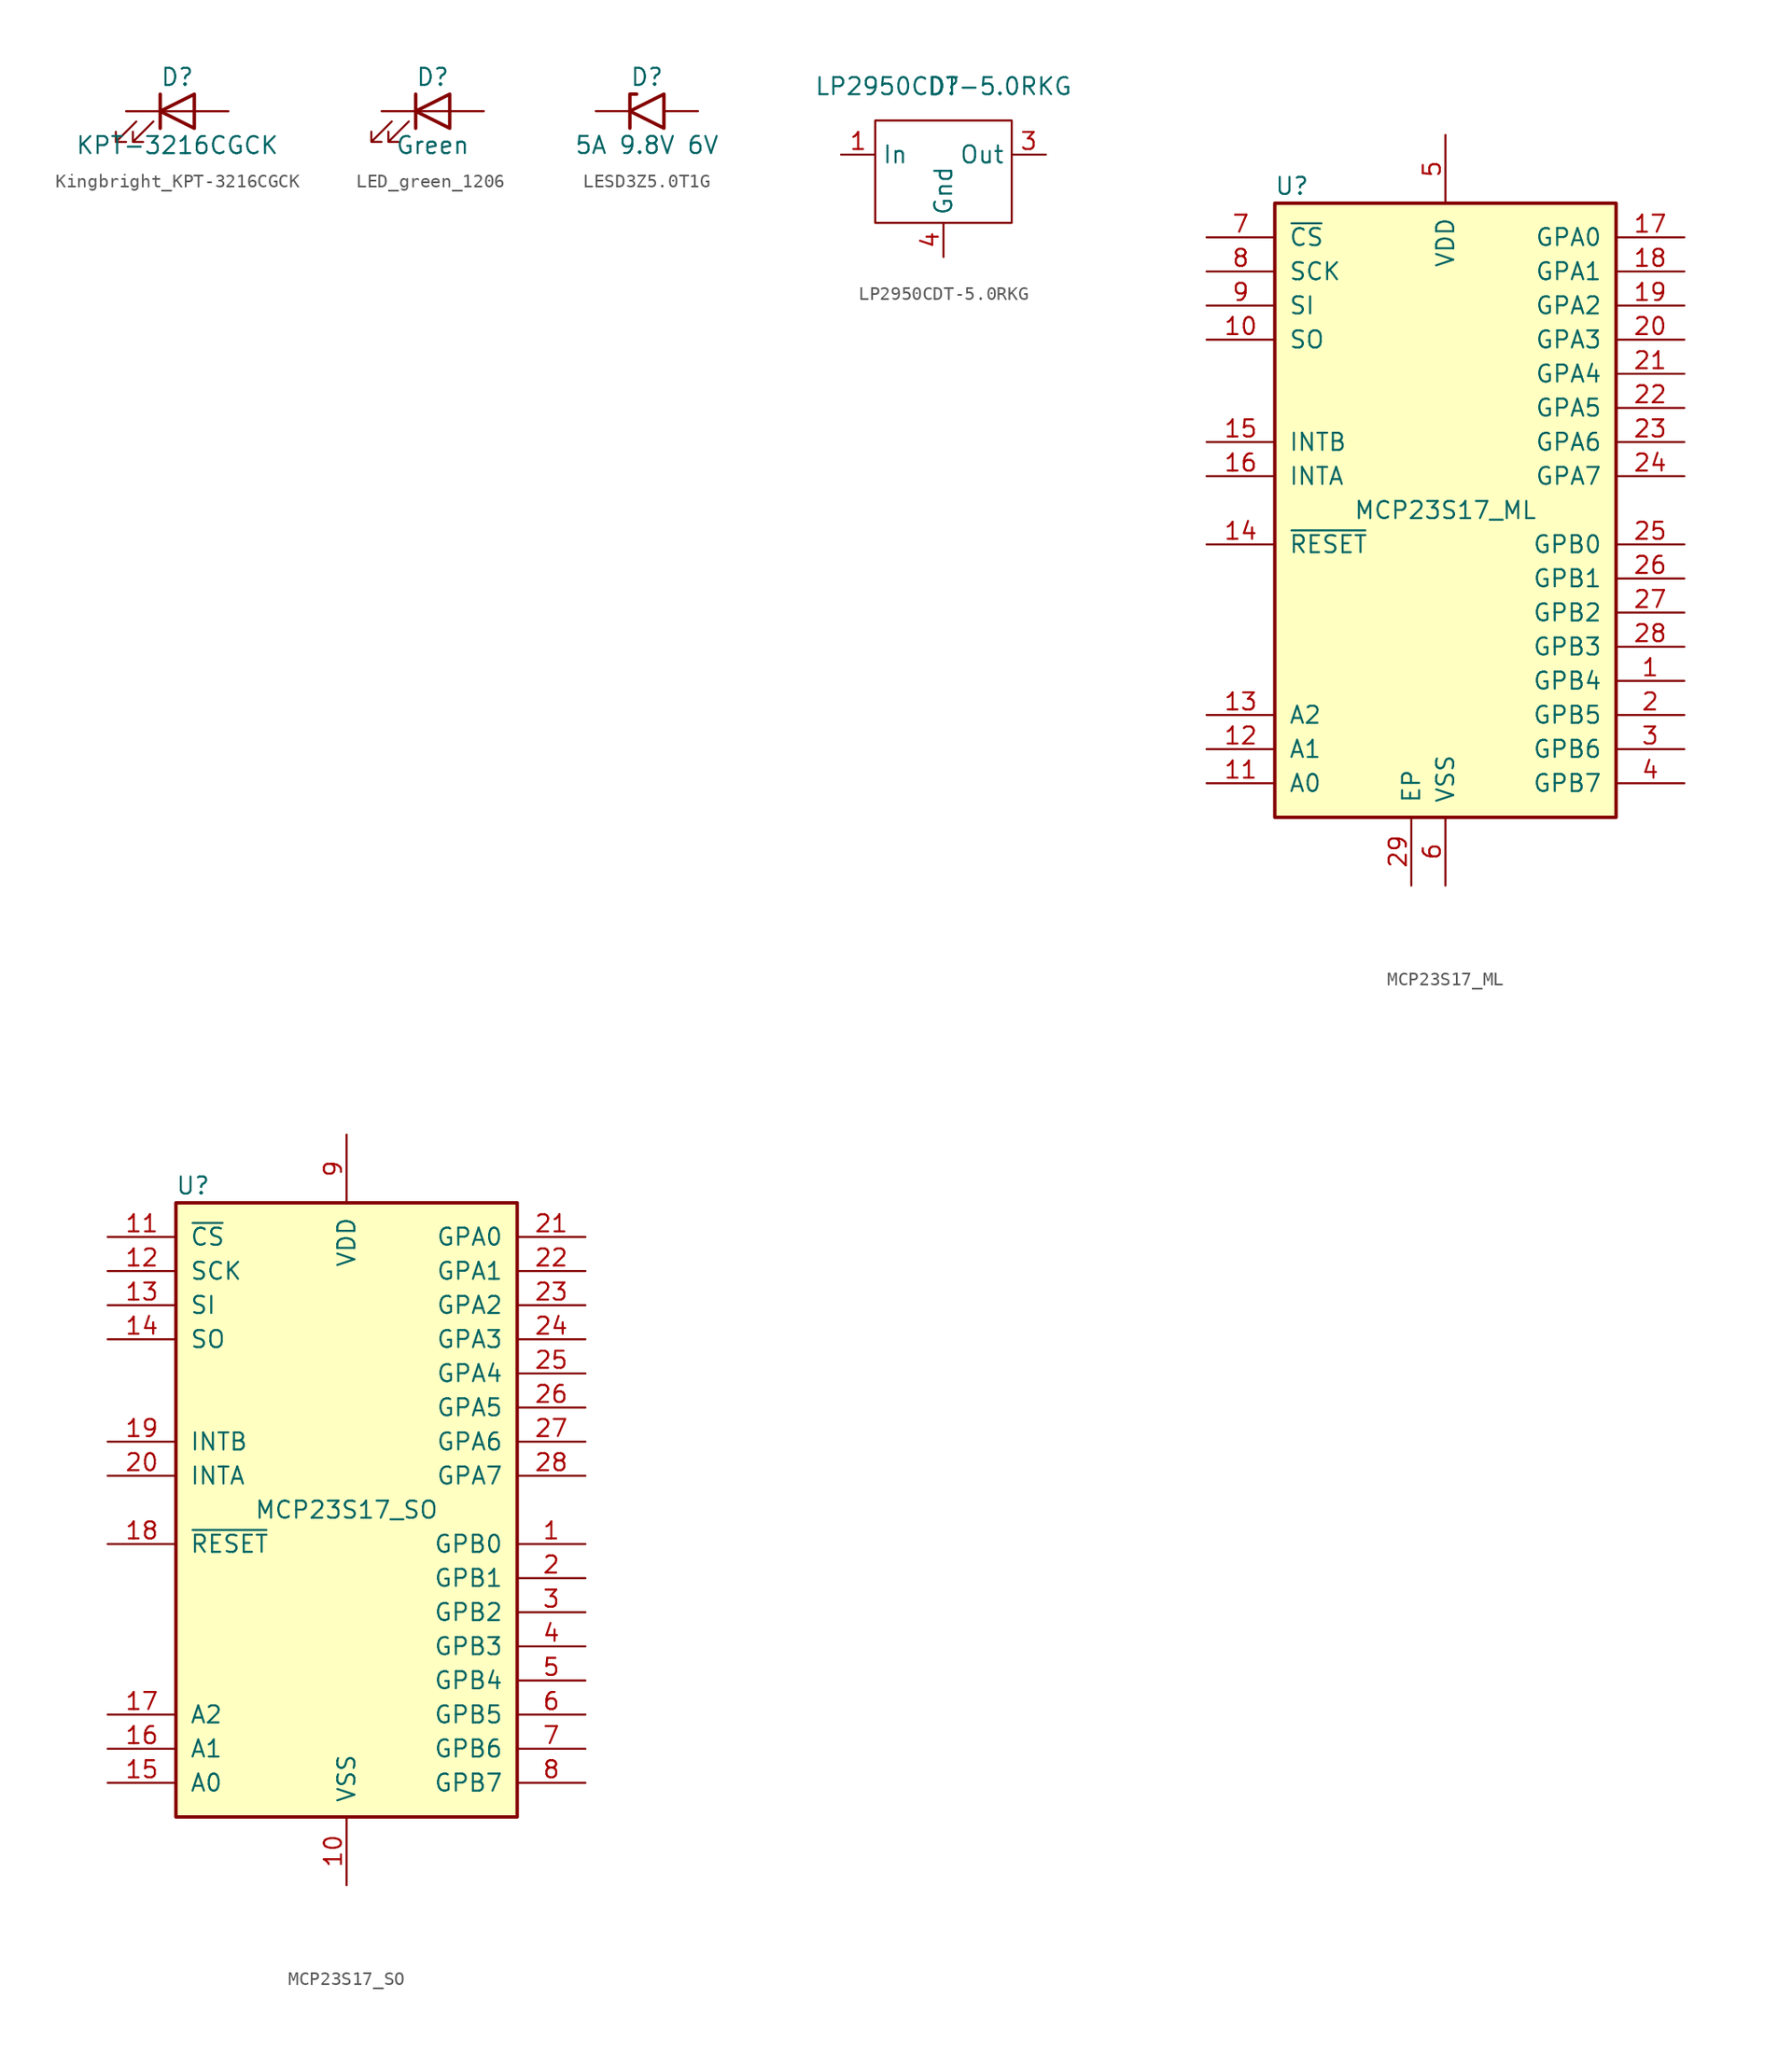
<source format=kicad_sym>
(kicad_symbol_lib
  (version 20231120)
  (generator "kicad_symbol_editor")
  (generator_version "8.0")
  (symbol "Kingbright_KPT-3216CGCK"
    (pin_numbers hide)
    (pin_names
      (offset 1.016) hide)
    (property "Reference" "D"
      (at 0 2.54 0)
      (effects (font (size 1.27 1.27))))
    (property "Value" "KPT-3216CGCK"
      (at 0 -2.54 0)
      (effects (font (size 1.27 1.27))))
    (symbol "Kingbright_KPT-3216CGCK_0_1"
      (polyline (pts (xy -1.27 -1.27) (xy -1.27 1.27)) (stroke (width 0.254) (type default)) (fill (type none)))
      (polyline (pts (xy -1.27 0) (xy 1.27 0)) (stroke (width 0) (type default)) (fill (type none)))
      (polyline (pts (xy 1.27 -1.27) (xy 1.27 1.27) (xy -1.27 0) (xy 1.27 -1.27)) (stroke (width 0.254) (type default)) (fill (type none)))
      (polyline (pts (xy -3.048 -0.762) (xy -4.572 -2.286) (xy -3.81 -2.286) (xy -4.572 -2.286) (xy -4.572 -1.524)) (stroke (width 0) (type default)) (fill (type none)))
      (polyline (pts (xy -1.778 -0.762) (xy -3.302 -2.286) (xy -2.54 -2.286) (xy -3.302 -2.286) (xy -3.302 -1.524)) (stroke (width 0) (type default)) (fill (type none))))
    (symbol "Kingbright_KPT-3216CGCK_1_1"
      (pin passive line (at -3.81 0 0) (length 2.54) (name "K" (effects (font (size 1.27 1.27)))) (number "1" (effects (font (size 1.27 1.27)))))
      (pin passive line (at 3.81 0 180) (length 2.54) (name "A" (effects (font (size 1.27 1.27)))) (number "2" (effects (font (size 1.27 1.27)))))))
  (symbol "LED_green_1206"
    (pin_numbers hide)
    (pin_names
      (offset 1.016) hide)
    (property "Reference" "D"
      (at 0 2.54 0)
      (effects (font (size 1.27 1.27))))
    (property "Value" "Green"
      (at 0 -2.54 0)
      (effects (font (size 1.27 1.27))))
    (symbol "LED_green_1206_0_1"
      (polyline (pts (xy -1.27 -1.27) (xy -1.27 1.27)) (stroke (width 0.254) (type default)) (fill (type none)))
      (polyline (pts (xy -1.27 0) (xy 1.27 0)) (stroke (width 0) (type default)) (fill (type none)))
      (polyline (pts (xy 1.27 -1.27) (xy 1.27 1.27) (xy -1.27 0) (xy 1.27 -1.27)) (stroke (width 0.254) (type default)) (fill (type none)))
      (polyline (pts (xy -3.048 -0.762) (xy -4.572 -2.286) (xy -3.81 -2.286) (xy -4.572 -2.286) (xy -4.572 -1.524)) (stroke (width 0) (type default)) (fill (type none)))
      (polyline (pts (xy -1.778 -0.762) (xy -3.302 -2.286) (xy -2.54 -2.286) (xy -3.302 -2.286) (xy -3.302 -1.524)) (stroke (width 0) (type default)) (fill (type none))))
    (symbol "LED_green_1206_1_1"
      (pin passive line (at -3.81 0 0) (length 2.54) (name "K" (effects (font (size 1.27 1.27)))) (number "1" (effects (font (size 1.27 1.27)))))
      (pin passive line (at 3.81 0 180) (length 2.54) (name "A" (effects (font (size 1.27 1.27)))) (number "2" (effects (font (size 1.27 1.27)))))))
  (symbol "LESD3Z5.0T1G"
    (pin_numbers hide)
    (pin_names
      (offset 1.016) hide)
    (property "Reference" "D"
      (at 0 2.54 0)
      (effects (font (size 1.27 1.27))))
    (property "Value" "5A 9.8V 6V"
      (at 0 -2.54 0)
      (effects (font (size 1.27 1.27))))
    (symbol "LESD3Z5.0T1G_0_1"
      (polyline (pts (xy -0.762 1.27) (xy -1.27 1.27) (xy -1.27 -1.27)) (stroke (width 0.254) (type default)) (fill (type none)))
      (polyline (pts (xy 1.27 1.27) (xy 1.27 -1.27) (xy -1.27 0) (xy 1.27 1.27)) (stroke (width 0.254) (type default)) (fill (type none))))
    (symbol "LESD3Z5.0T1G_1_1"
      (pin passive line (at -3.81 0 0) (length 2.54) (name "A1" (effects (font (size 1.27 1.27)))) (number "1" (effects (font (size 1.27 1.27)))))
      (pin passive line (at 3.81 0 180) (length 2.54) (name "A2" (effects (font (size 1.27 1.27)))) (number "2" (effects (font (size 1.27 1.27)))))))
  (symbol "LP2950CDT-5.0RKG"
    (property "Reference" "D"
      (at 0 0 0)
      (effects (font (size 1.27 1.27))))
    (property "Value" "LP2950CDT-5.0RKG"
      (at 0 0 0)
      (effects (font (size 1.27 1.27))))
    (symbol "LP2950CDT-5.0RKG_0_1"
      (rectangle (start -5.08 -2.54) (end 5.08 -10.16) (stroke (width 0) (type default)) (fill (type none))))
    (symbol "LP2950CDT-5.0RKG_1_1"
      (pin input line (at -7.62 -5.08 0) (length 2.54) (name "In" (effects (font (size 1.27 1.27)))) (number "1" (effects (font (size 1.27 1.27)))))
      (pin input line (at 7.62 -5.08 180) (length 2.54) (name "Out" (effects (font (size 1.27 1.27)))) (number "3" (effects (font (size 1.27 1.27)))))
      (pin input line (at 0 -12.7 90) (length 2.54) (name "Gnd" (effects (font (size 1.27 1.27)))) (number "4" (effects (font (size 1.27 1.27)))))))
  (symbol "MCP23S17_ML"
    (pin_names
      (offset 1.016))
    (property "Reference" "U"
      (at -11.43 24.13 0)
      (effects (font (size 1.27 1.27))))
    (property "Value" "MCP23S17_ML"
      (at 0 0 0)
      (effects (font (size 1.27 1.27))))
    (symbol "MCP23S17_ML_0_1"
      (rectangle (start -12.7 22.86) (end 12.7 -22.86) (stroke (width 0.254) (type default)) (fill (type background))))
    (symbol "MCP23S17_ML_1_1"
      (pin bidirectional line (at 17.78 -12.7 180) (length 5.08) (name "GPB4" (effects (font (size 1.27 1.27)))) (number "1" (effects (font (size 1.27 1.27)))))
      (pin output line (at -17.78 12.7 0) (length 5.08) (name "SO" (effects (font (size 1.27 1.27)))) (number "10" (effects (font (size 1.27 1.27)))))
      (pin input line (at -17.78 -20.32 0) (length 5.08) (name "A0" (effects (font (size 1.27 1.27)))) (number "11" (effects (font (size 1.27 1.27)))))
      (pin input line (at -17.78 -17.78 0) (length 5.08) (name "A1" (effects (font (size 1.27 1.27)))) (number "12" (effects (font (size 1.27 1.27)))))
      (pin input line (at -17.78 -15.24 0) (length 5.08) (name "A2" (effects (font (size 1.27 1.27)))) (number "13" (effects (font (size 1.27 1.27)))))
      (pin input line (at -17.78 -2.54 0) (length 5.08) (name "~{RESET}" (effects (font (size 1.27 1.27)))) (number "14" (effects (font (size 1.27 1.27)))))
      (pin tri_state line (at -17.78 5.08 0) (length 5.08) (name "INTB" (effects (font (size 1.27 1.27)))) (number "15" (effects (font (size 1.27 1.27)))))
      (pin tri_state line (at -17.78 2.54 0) (length 5.08) (name "INTA" (effects (font (size 1.27 1.27)))) (number "16" (effects (font (size 1.27 1.27)))))
      (pin bidirectional line (at 17.78 20.32 180) (length 5.08) (name "GPA0" (effects (font (size 1.27 1.27)))) (number "17" (effects (font (size 1.27 1.27)))))
      (pin bidirectional line (at 17.78 17.78 180) (length 5.08) (name "GPA1" (effects (font (size 1.27 1.27)))) (number "18" (effects (font (size 1.27 1.27)))))
      (pin bidirectional line (at 17.78 15.24 180) (length 5.08) (name "GPA2" (effects (font (size 1.27 1.27)))) (number "19" (effects (font (size 1.27 1.27)))))
      (pin bidirectional line (at 17.78 -15.24 180) (length 5.08) (name "GPB5" (effects (font (size 1.27 1.27)))) (number "2" (effects (font (size 1.27 1.27)))))
      (pin bidirectional line (at 17.78 12.7 180) (length 5.08) (name "GPA3" (effects (font (size 1.27 1.27)))) (number "20" (effects (font (size 1.27 1.27)))))
      (pin bidirectional line (at 17.78 10.16 180) (length 5.08) (name "GPA4" (effects (font (size 1.27 1.27)))) (number "21" (effects (font (size 1.27 1.27)))))
      (pin bidirectional line (at 17.78 7.62 180) (length 5.08) (name "GPA5" (effects (font (size 1.27 1.27)))) (number "22" (effects (font (size 1.27 1.27)))))
      (pin bidirectional line (at 17.78 5.08 180) (length 5.08) (name "GPA6" (effects (font (size 1.27 1.27)))) (number "23" (effects (font (size 1.27 1.27)))))
      (pin bidirectional line (at 17.78 2.54 180) (length 5.08) (name "GPA7" (effects (font (size 1.27 1.27)))) (number "24" (effects (font (size 1.27 1.27)))))
      (pin bidirectional line (at 17.78 -2.54 180) (length 5.08) (name "GPB0" (effects (font (size 1.27 1.27)))) (number "25" (effects (font (size 1.27 1.27)))))
      (pin bidirectional line (at 17.78 -5.08 180) (length 5.08) (name "GPB1" (effects (font (size 1.27 1.27)))) (number "26" (effects (font (size 1.27 1.27)))))
      (pin bidirectional line (at 17.78 -7.62 180) (length 5.08) (name "GPB2" (effects (font (size 1.27 1.27)))) (number "27" (effects (font (size 1.27 1.27)))))
      (pin bidirectional line (at 17.78 -10.16 180) (length 5.08) (name "GPB3" (effects (font (size 1.27 1.27)))) (number "28" (effects (font (size 1.27 1.27)))))
      (pin passive line (at -2.54 -27.94 90) (length 5.08) (name "EP" (effects (font (size 1.27 1.27)))) (number "29" (effects (font (size 1.27 1.27)))))
      (pin bidirectional line (at 17.78 -17.78 180) (length 5.08) (name "GPB6" (effects (font (size 1.27 1.27)))) (number "3" (effects (font (size 1.27 1.27)))))
      (pin bidirectional line (at 17.78 -20.32 180) (length 5.08) (name "GPB7" (effects (font (size 1.27 1.27)))) (number "4" (effects (font (size 1.27 1.27)))))
      (pin power_in line (at 0 27.94 270) (length 5.08) (name "VDD" (effects (font (size 1.27 1.27)))) (number "5" (effects (font (size 1.27 1.27)))))
      (pin power_in line (at 0 -27.94 90) (length 5.08) (name "VSS" (effects (font (size 1.27 1.27)))) (number "6" (effects (font (size 1.27 1.27)))))
      (pin input line (at -17.78 20.32 0) (length 5.08) (name "~{CS}" (effects (font (size 1.27 1.27)))) (number "7" (effects (font (size 1.27 1.27)))))
      (pin input line (at -17.78 17.78 0) (length 5.08) (name "SCK" (effects (font (size 1.27 1.27)))) (number "8" (effects (font (size 1.27 1.27)))))
      (pin input line (at -17.78 15.24 0) (length 5.08) (name "SI" (effects (font (size 1.27 1.27)))) (number "9" (effects (font (size 1.27 1.27)))))))
  (symbol "MCP23S17_SO"
    (pin_names
      (offset 1.016))
    (property "Reference" "U"
      (at -11.43 24.13 0)
      (effects (font (size 1.27 1.27))))
    (property "Value" "MCP23S17_SO"
      (at 0 0 0)
      (effects (font (size 1.27 1.27))))
    (symbol "MCP23S17_SO_0_1"
      (rectangle (start -12.7 22.86) (end 12.7 -22.86) (stroke (width 0.254) (type default)) (fill (type background))))
    (symbol "MCP23S17_SO_1_1"
      (pin bidirectional line (at 17.78 -2.54 180) (length 5.08) (name "GPB0" (effects (font (size 1.27 1.27)))) (number "1" (effects (font (size 1.27 1.27)))))
      (pin power_in line (at 0 -27.94 90) (length 5.08) (name "VSS" (effects (font (size 1.27 1.27)))) (number "10" (effects (font (size 1.27 1.27)))))
      (pin input line (at -17.78 20.32 0) (length 5.08) (name "~{CS}" (effects (font (size 1.27 1.27)))) (number "11" (effects (font (size 1.27 1.27)))))
      (pin input line (at -17.78 17.78 0) (length 5.08) (name "SCK" (effects (font (size 1.27 1.27)))) (number "12" (effects (font (size 1.27 1.27)))))
      (pin input line (at -17.78 15.24 0) (length 5.08) (name "SI" (effects (font (size 1.27 1.27)))) (number "13" (effects (font (size 1.27 1.27)))))
      (pin output line (at -17.78 12.7 0) (length 5.08) (name "SO" (effects (font (size 1.27 1.27)))) (number "14" (effects (font (size 1.27 1.27)))))
      (pin input line (at -17.78 -20.32 0) (length 5.08) (name "A0" (effects (font (size 1.27 1.27)))) (number "15" (effects (font (size 1.27 1.27)))))
      (pin input line (at -17.78 -17.78 0) (length 5.08) (name "A1" (effects (font (size 1.27 1.27)))) (number "16" (effects (font (size 1.27 1.27)))))
      (pin input line (at -17.78 -15.24 0) (length 5.08) (name "A2" (effects (font (size 1.27 1.27)))) (number "17" (effects (font (size 1.27 1.27)))))
      (pin input line (at -17.78 -2.54 0) (length 5.08) (name "~{RESET}" (effects (font (size 1.27 1.27)))) (number "18" (effects (font (size 1.27 1.27)))))
      (pin tri_state line (at -17.78 5.08 0) (length 5.08) (name "INTB" (effects (font (size 1.27 1.27)))) (number "19" (effects (font (size 1.27 1.27)))))
      (pin bidirectional line (at 17.78 -5.08 180) (length 5.08) (name "GPB1" (effects (font (size 1.27 1.27)))) (number "2" (effects (font (size 1.27 1.27)))))
      (pin tri_state line (at -17.78 2.54 0) (length 5.08) (name "INTA" (effects (font (size 1.27 1.27)))) (number "20" (effects (font (size 1.27 1.27)))))
      (pin bidirectional line (at 17.78 20.32 180) (length 5.08) (name "GPA0" (effects (font (size 1.27 1.27)))) (number "21" (effects (font (size 1.27 1.27)))))
      (pin bidirectional line (at 17.78 17.78 180) (length 5.08) (name "GPA1" (effects (font (size 1.27 1.27)))) (number "22" (effects (font (size 1.27 1.27)))))
      (pin bidirectional line (at 17.78 15.24 180) (length 5.08) (name "GPA2" (effects (font (size 1.27 1.27)))) (number "23" (effects (font (size 1.27 1.27)))))
      (pin bidirectional line (at 17.78 12.7 180) (length 5.08) (name "GPA3" (effects (font (size 1.27 1.27)))) (number "24" (effects (font (size 1.27 1.27)))))
      (pin bidirectional line (at 17.78 10.16 180) (length 5.08) (name "GPA4" (effects (font (size 1.27 1.27)))) (number "25" (effects (font (size 1.27 1.27)))))
      (pin bidirectional line (at 17.78 7.62 180) (length 5.08) (name "GPA5" (effects (font (size 1.27 1.27)))) (number "26" (effects (font (size 1.27 1.27)))))
      (pin bidirectional line (at 17.78 5.08 180) (length 5.08) (name "GPA6" (effects (font (size 1.27 1.27)))) (number "27" (effects (font (size 1.27 1.27)))))
      (pin bidirectional line (at 17.78 2.54 180) (length 5.08) (name "GPA7" (effects (font (size 1.27 1.27)))) (number "28" (effects (font (size 1.27 1.27)))))
      (pin bidirectional line (at 17.78 -7.62 180) (length 5.08) (name "GPB2" (effects (font (size 1.27 1.27)))) (number "3" (effects (font (size 1.27 1.27)))))
      (pin bidirectional line (at 17.78 -10.16 180) (length 5.08) (name "GPB3" (effects (font (size 1.27 1.27)))) (number "4" (effects (font (size 1.27 1.27)))))
      (pin bidirectional line (at 17.78 -12.7 180) (length 5.08) (name "GPB4" (effects (font (size 1.27 1.27)))) (number "5" (effects (font (size 1.27 1.27)))))
      (pin bidirectional line (at 17.78 -15.24 180) (length 5.08) (name "GPB5" (effects (font (size 1.27 1.27)))) (number "6" (effects (font (size 1.27 1.27)))))
      (pin bidirectional line (at 17.78 -17.78 180) (length 5.08) (name "GPB6" (effects (font (size 1.27 1.27)))) (number "7" (effects (font (size 1.27 1.27)))))
      (pin bidirectional line (at 17.78 -20.32 180) (length 5.08) (name "GPB7" (effects (font (size 1.27 1.27)))) (number "8" (effects (font (size 1.27 1.27)))))
      (pin power_in line (at 0 27.94 270) (length 5.08) (name "VDD" (effects (font (size 1.27 1.27)))) (number "9" (effects (font (size 1.27 1.27))))))))
</source>
